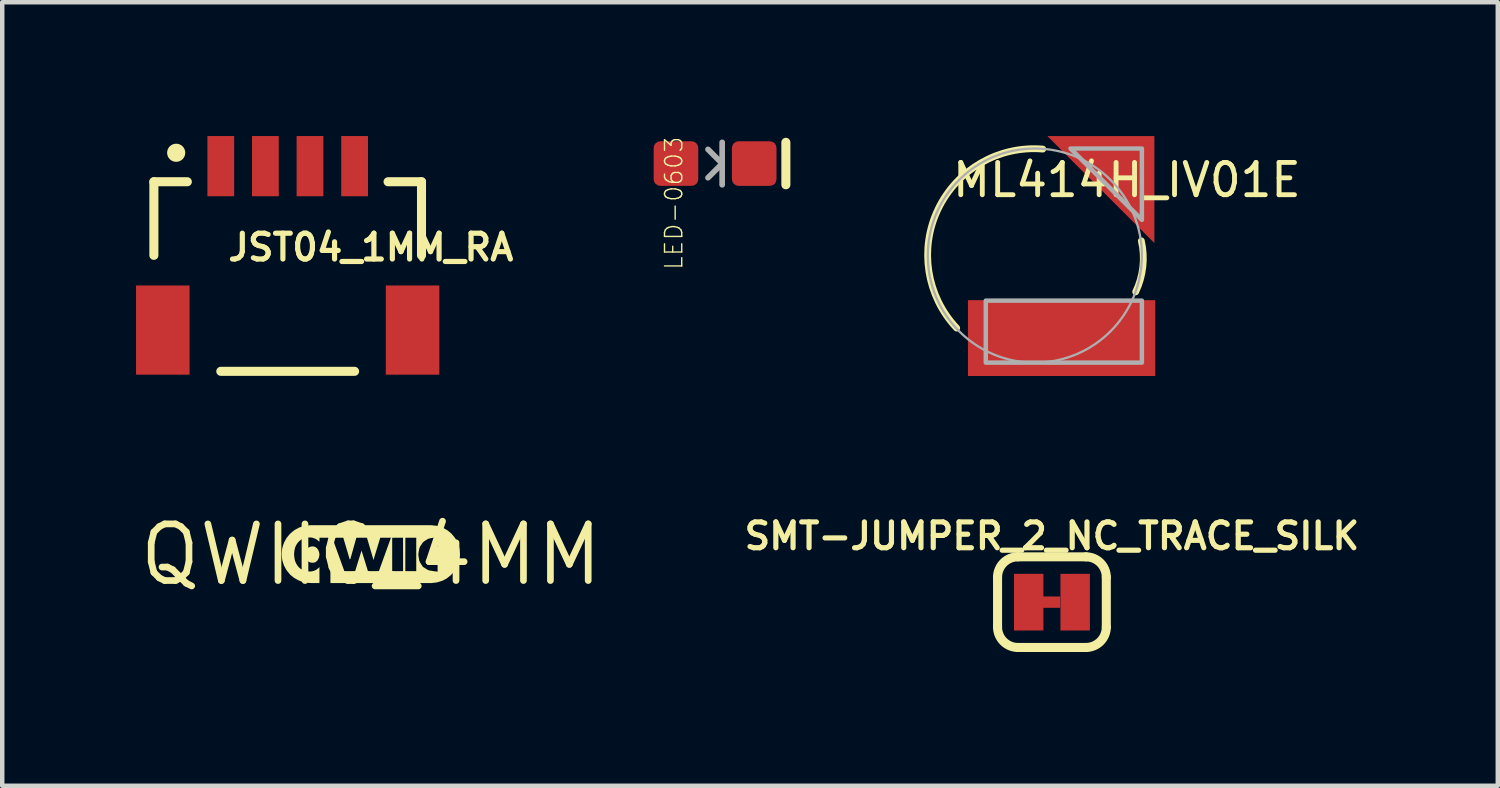
<source format=kicad_pcb>
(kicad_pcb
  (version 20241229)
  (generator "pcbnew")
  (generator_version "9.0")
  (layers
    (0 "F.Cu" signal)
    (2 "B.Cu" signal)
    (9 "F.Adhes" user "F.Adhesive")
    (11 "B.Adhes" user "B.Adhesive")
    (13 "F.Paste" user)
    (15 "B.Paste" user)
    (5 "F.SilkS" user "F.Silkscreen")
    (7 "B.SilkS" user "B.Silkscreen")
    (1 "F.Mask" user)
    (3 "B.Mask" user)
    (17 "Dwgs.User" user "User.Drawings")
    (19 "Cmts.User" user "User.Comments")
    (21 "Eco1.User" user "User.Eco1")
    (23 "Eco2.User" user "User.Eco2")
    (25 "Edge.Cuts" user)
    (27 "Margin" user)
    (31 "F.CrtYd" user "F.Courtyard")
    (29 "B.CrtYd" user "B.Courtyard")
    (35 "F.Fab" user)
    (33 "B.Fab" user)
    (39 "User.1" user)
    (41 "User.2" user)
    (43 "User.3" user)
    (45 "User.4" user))
  (footprint "SMT-JUMPER_2_NC_TRACE_SILK"
    (layer "F.Cu")
    (at 20.534 10.45)
    (property "Reference" "SMT-JUMPER_2_NC_TRACE_SILK" (at 0 -1.143 180) (layer "F.SilkS") (effects (font (size 0.579 0.579) (thickness 0.116)) (justify bottom)))
    (attr through_hole)
    (fp_poly (pts (xy -0.699 -0.127) (xy 0.184 -0.127) (xy 0.184 0.127) (xy -0.699 0.127)) (stroke (width 0) (type solid)) (fill yes) (layer "F.Cu"))
    (fp_poly (pts (xy -0.191 -0.127) (xy 0.191 -0.127) (xy 0.191 0.127) (xy -0.191 0.127)) (stroke (width 0) (type solid)) (fill yes) (layer "F.Mask"))
    (fp_line (start -1.219 0.559) (end -1.219 -0.559) (stroke (width 0.203) (type solid)) (layer "F.SilkS"))
    (fp_line (start -0.762 -1.016) (end 0.762 -1.016) (stroke (width 0.203) (type solid)) (layer "F.SilkS"))
    (fp_line (start 0.762 1.016) (end -0.762 1.016) (stroke (width 0.203) (type solid)) (layer "F.SilkS"))
    (fp_line (start 1.219 0.559) (end 1.219 -0.559) (stroke (width 0.203) (type solid)) (layer "F.SilkS"))
    (fp_arc (start -1.2192 -0.5588) (mid -1.085289 -0.882089) (end -0.762 -1.016) (stroke (width 0.2032) (type solid)) (layer "F.SilkS"))
    (fp_arc (start -0.762 1.016) (mid -1.085289 0.882089) (end -1.2192 0.5588) (stroke (width 0.2032) (type solid)) (layer "F.SilkS"))
    (fp_arc (start 0.762 -1.016) (mid 1.085289 -0.882089) (end 1.2192 -0.5588) (stroke (width 0.2032) (type solid)) (layer "F.SilkS"))
    (fp_arc (start 1.2192 0.5588) (mid 1.085289 0.882089) (end 0.762 1.016) (stroke (width 0.2032) (type solid)) (layer "F.SilkS"))
    (pad "1" smd rect (at -0.521 0) (size 0.66 1.27) (layers "F.Cu" "F.Mask"))
    (pad "2" smd rect (at 0.521 0) (size 0.66 1.27) (layers "F.Cu" "F.Mask")))
  (footprint "ML414H_IV01E"
    (layer "F.Cu")
    (at 20.151 2.68)
    (property "Reference" "ML414H_IV01E" (at -1.905 -1.27 0) (layer "F.SilkS") (effects (font (size 0.724 0.724) (thickness 0.109)) (justify left bottom)))
    (attr through_hole)
    (fp_poly (pts (xy 0.28 -2.68) (xy 2.68 -2.68) (xy 2.68 -0.28)) (stroke (width 0) (type solid)) (fill yes) (layer "F.Cu"))
    (fp_poly (pts (xy 0.28 -2.68) (xy 2.68 -2.68) (xy 2.68 -0.28)) (stroke (width 0) (type solid)) (fill yes) (layer "F.Mask"))
    (fp_poly (pts (xy -1.5 2.7) (xy 2.7 2.7) (xy 2.7 1) (xy -1.5 1)) (stroke (width 0) (type solid)) (fill yes) (layer "F.Mask"))
    (fp_arc (start -1.752599 1.625602) (mid -2.167967 -1.045069) (end 0.1778 -2.3876) (stroke (width 0.1524) (type solid)) (layer "F.SilkS"))
    (fp_arc (start 2.3876 -0.3302) (mid 2.42159 0.252132) (end 2.260599 0.8128) (stroke (width 0.1524) (type solid)) (layer "F.SilkS"))
    (fp_poly (pts (xy 0.28 -2.68) (xy 2.68 -2.68) (xy 2.68 -0.28)) (stroke (width 0) (type solid)) (fill yes) (layer "F.Paste"))
    (fp_poly (pts (xy -1.5 2.7) (xy 2.7 2.7) (xy 2.7 1) (xy -1.5 1)) (stroke (width 0) (type solid)) (fill yes) (layer "F.Paste"))
    (fp_circle (center 0 0) (end 2.4 0) (stroke (width 0.051) (type solid)) (fill no) (layer "F.Fab"))
    (fp_poly (pts (xy 0.8 -2.4) (xy 2.4 -2.4) (xy 2.4 -0.8)) (stroke (width 0.1) (type solid)) (fill no) (layer "F.Fab"))
    (fp_poly (pts (xy -1.1 2.4) (xy 2.4 2.4) (xy 2.4 1.01) (xy -1.1 1.01)) (stroke (width 0.1) (type solid)) (fill no) (layer "F.Fab"))
    (pad "+" smd rect (at 2.022 -2.032) (size 1 1) (layers "F.Cu" "F.Mask"))
    (pad "-" smd rect (at 0.6 1.85) (size 4.2 1.7) (layers "F.Cu" "F.Mask")))
  (footprint "LED-0603"
    (layer "F.Cu")
    (at 12.982 0.617)
    (property "Reference" "LED-0603" (at -0.699 0.889 90) (layer "F.SilkS") (effects (font (size 0.386 0.386) (thickness 0.031)) (justify bottom)))
    (attr through_hole)
    (fp_line (start 1.587 -0.476) (end 1.587 0.476) (stroke (width 0.203) (type solid)) (layer "F.SilkS"))
    (fp_line (start 0.159 -0.476) (end 0.159 0) (stroke (width 0.127) (type solid)) (layer "F.Fab"))
    (fp_line (start 0.159 0) (end -0.159 -0.318) (stroke (width 0.127) (type solid)) (layer "F.Fab"))
    (fp_line (start 0.159 0) (end -0.159 0.318) (stroke (width 0.127) (type solid)) (layer "F.Fab"))
    (fp_line (start 0.159 0) (end 0.159 0.476) (stroke (width 0.127) (type solid)) (layer "F.Fab"))
    (pad "A" smd roundrect (at -0.877 0 270) (size 1 1) (layers "F.Cu" "F.Mask" "F.Paste") (roundrect_rratio 0.15))
    (pad "C" smd roundrect (at 0.877 0 270) (size 1 1) (layers "F.Cu" "F.Mask" "F.Paste") (roundrect_rratio 0.15)))
  (footprint "QWIIC_4MM"
    (layer "F.Cu")
    (at 5.269 9.386)
    (property "Reference" "QWIIC_4MM" (at 0 0 0) (layer "F.SilkS") (effects (font (size 1.27 1.27) (thickness 0.15))))
    (attr through_hole)
    (fp_poly (pts (xy -1.467 -0.078) (xy -1.475 -0.026) (xy -1.474 0.025) (xy -1.465 0.077) (xy -1.44 0.122) (xy -1.401 0.157) (xy -1.354 0.177) (xy -1.303 0.181) (xy -1.252 0.171) (xy -1.21 0.139) (xy -1.181 0.096) (xy -1.164 0.047) (xy -1.157 -0.004) (xy -1.165 -0.056) (xy -1.183 -0.104) (xy -1.213 -0.146) (xy -1.255 -0.176) (xy -1.306 -0.187) (xy -1.358 -0.18) (xy -1.404 -0.159) (xy -1.441 -0.124)) (stroke (width 0) (type solid)) (fill yes) (layer "F.SilkS"))
    (fp_poly (pts (xy 1.346 -0.661) (xy -1.355 -0.661) (xy -1.461 -0.65) (xy -1.513 -0.64) (xy -1.613 -0.608) (xy -1.707 -0.557) (xy -1.749 -0.526) (xy -1.79 -0.492) (xy -1.828 -0.456) (xy -1.895 -0.374) (xy -1.946 -0.281) (xy -1.965 -0.232) (xy -1.981 -0.181) (xy -1.994 -0.13) (xy -2.004 -0.024) (xy -2.001 0.028) (xy -1.996 0.081) (xy -1.988 0.133) (xy -1.956 0.234) (xy -1.907 0.328) (xy -1.877 0.371) (xy -1.809 0.452) (xy -1.727 0.519) (xy -1.635 0.571) (xy -1.586 0.592) (xy -1.485 0.623) (xy -1.38 0.634) (xy -1.327 0.636) (xy -1.158 0.636) (xy -1.157 0.594) (xy -1.157 0.277) (xy -1.188 0.307) (xy -1.23 0.339) (xy -1.278 0.361) (xy -1.33 0.374) (xy -1.382 0.377) (xy -1.435 0.372) (xy -1.486 0.36) (xy -1.536 0.342) (xy -1.582 0.315) (xy -1.621 0.28) (xy -1.654 0.239) (xy -1.681 0.193) (xy -1.702 0.145) (xy -1.715 0.094) (xy -1.722 0.041) (xy -1.726 -0.012) (xy -1.722 -0.064) (xy -1.713 -0.116) (xy -1.7 -0.168) (xy -1.678 -0.216) (xy -1.649 -0.26) (xy -1.614 -0.3) (xy -1.574 -0.333) (xy -1.527 -0.359) (xy -1.477 -0.375) (xy -1.425 -0.384) (xy -1.372 -0.387) (xy -1.32 -0.382) (xy -1.269 -0.366) (xy -1.222 -0.342) (xy -1.181 -0.309) (xy -1.157 -0.29) (xy -1.157 -0.351) (xy -1.155 -0.38) (xy -0.913 -0.38) (xy -0.913 -0.349) (xy -0.859 -0.352) (xy -0.869 -0.38) (xy -0.622 -0.38) (xy -0.615 -0.355) (xy -0.48 0.102) (xy -0.465 0.1) (xy -0.33 -0.379) (xy -0.295 -0.38) (xy -0.137 -0.38) (xy -0.092 -0.38) (xy 0.045 0.085) (xy 0.054 0.121) (xy 0.194 -0.341) (xy 0.206 -0.38) (xy 0.418 -0.38) (xy 0.486 -0.378) (xy 0.524 -0.38) (xy 0.719 -0.38) (xy 0.717 -0.368) (xy 0.769 -0.359) (xy 0.769 -0.38) (xy 1.014 -0.38) (xy 1.013 -0.343) (xy 1.159 -0.27) (xy 1.188 -0.298) (xy 1.277 -0.355) (xy 1.327 -0.368) (xy 1.432 -0.386) (xy 1.492 -0.386) (xy 1.492 -0.34) (xy 1.492 -0.181) (xy 1.452 -0.184) (xy 1.4 -0.173) (xy 1.357 -0.143) (xy 1.327 -0.1) (xy 1.311 -0.051) (xy 1.305 0.002) (xy 1.313 0.054) (xy 1.332 0.103) (xy 1.365 0.143) (xy 1.41 0.168) (xy 1.462 0.177) (xy 1.492 0.182) (xy 1.492 0.381) (xy 1.457 0.376) (xy 1.404 0.37) (xy 1.3 0.352) (xy 1.253 0.33) (xy 1.163 0.273) (xy 1.105 0.185) (xy 1.082 0.138) (xy 1.063 0.034) (xy 1.06 -0.018) (xy 1.078 -0.123) (xy 1.093 -0.173) (xy 1.158 -0.269) (xy 1.013 -0.345) (xy 1.013 0.368) (xy 1.001 0.368) (xy 0.789 0.368) (xy 0.768 0.367) (xy 0.769 -0.36) (xy 0.717 -0.368) (xy 0.718 0.367) (xy 0.682 0.368) (xy 0.524 0.368) (xy 0.474 0.365) (xy 0.474 -0.377) (xy 0.445 -0.377) (xy 0.433 -0.344) (xy 0.176 0.367) (xy 0.139 0.368) (xy -0.02 0.368) (xy -0.071 0.365) (xy -0.212 -0.09) (xy -0.228 -0.046) (xy -0.356 0.366) (xy -0.399 0.368) (xy -0.558 0.368) (xy -0.599 0.367) (xy -0.86 -0.352) (xy -0.913 -0.349) (xy -0.911 0.617) (xy -0.91 0.636) (xy 1.348 0.636) (xy 1.453 0.625) (xy 1.505 0.614) (xy 1.606 0.581) (xy 1.699 0.531) (xy 1.782 0.465) (xy 1.819 0.428) (xy 1.886 0.346) (xy 1.937 0.253) (xy 1.955 0.203) (xy 1.971 0.153) (xy 1.983 0.102) (xy 1.994 -0.004) (xy 1.985 -0.109) (xy 1.976 -0.161) (xy 1.944 -0.262) (xy 1.894 -0.356) (xy 1.864 -0.399) (xy 1.83 -0.44) (xy 1.795 -0.479) (xy 1.713 -0.546) (xy 1.621 -0.598) (xy 1.572 -0.618) (xy 1.47 -0.648) (xy 1.365 -0.659)) (stroke (width 0) (type solid)) (fill yes) (layer "F.SilkS")))
  (footprint "JST04_1MM_RA"
    (layer "F.Cu")
    (at 3.4 0.675)
    (property "Reference" "JST04_1MM_RA" (at -1.397 2.159 0) (layer "F.SilkS") (effects (font (size 0.579 0.579) (thickness 0.116)) (justify left bottom)))
    (attr through_hole)
    (fp_line (start -3 0.35) (end -2.25 0.35) (stroke (width 0.203) (type solid)) (layer "F.SilkS"))
    (fp_line (start -3 2) (end -3 0.35) (stroke (width 0.203) (type solid)) (layer "F.SilkS"))
    (fp_line (start -1.5 4.6) (end 1.5 4.6) (stroke (width 0.203) (type solid)) (layer "F.SilkS"))
    (fp_line (start 2.25 0.35) (end 3 0.35) (stroke (width 0.203) (type solid)) (layer "F.SilkS"))
    (fp_line (start 3 0.35) (end 3 2) (stroke (width 0.203) (type solid)) (layer "F.SilkS"))
    (fp_circle (center -2.5 -0.3) (end -2.398 -0.3) (stroke (width 0.203) (type solid)) (fill no) (layer "F.SilkS"))
    (pad "1" smd rect (at -1.5 0) (size 0.6 1.35) (layers "F.Cu" "F.Mask" "F.Paste"))
    (pad "2" smd rect (at -0.5 0) (size 0.6 1.35) (layers "F.Cu" "F.Mask" "F.Paste"))
    (pad "3" smd rect (at 0.5 0) (size 0.6 1.35) (layers "F.Cu" "F.Mask" "F.Paste"))
    (pad "4" smd rect (at 1.5 0) (size 0.6 1.35) (layers "F.Cu" "F.Mask" "F.Paste"))
    (pad "NC1" smd rect (at 2.8 3.675) (size 1.2 2) (layers "F.Cu" "F.Mask" "F.Paste"))
    (pad "NC2" smd rect (at -2.8 3.675) (size 1.2 2) (layers "F.Cu" "F.Mask" "F.Paste")))
  (gr_rect
    (start -3 -3)
    (end 30.53 14.567)
    (stroke (width 0.1) (type default))
    (fill no)
    (layer "Edge.Cuts")))
</source>
